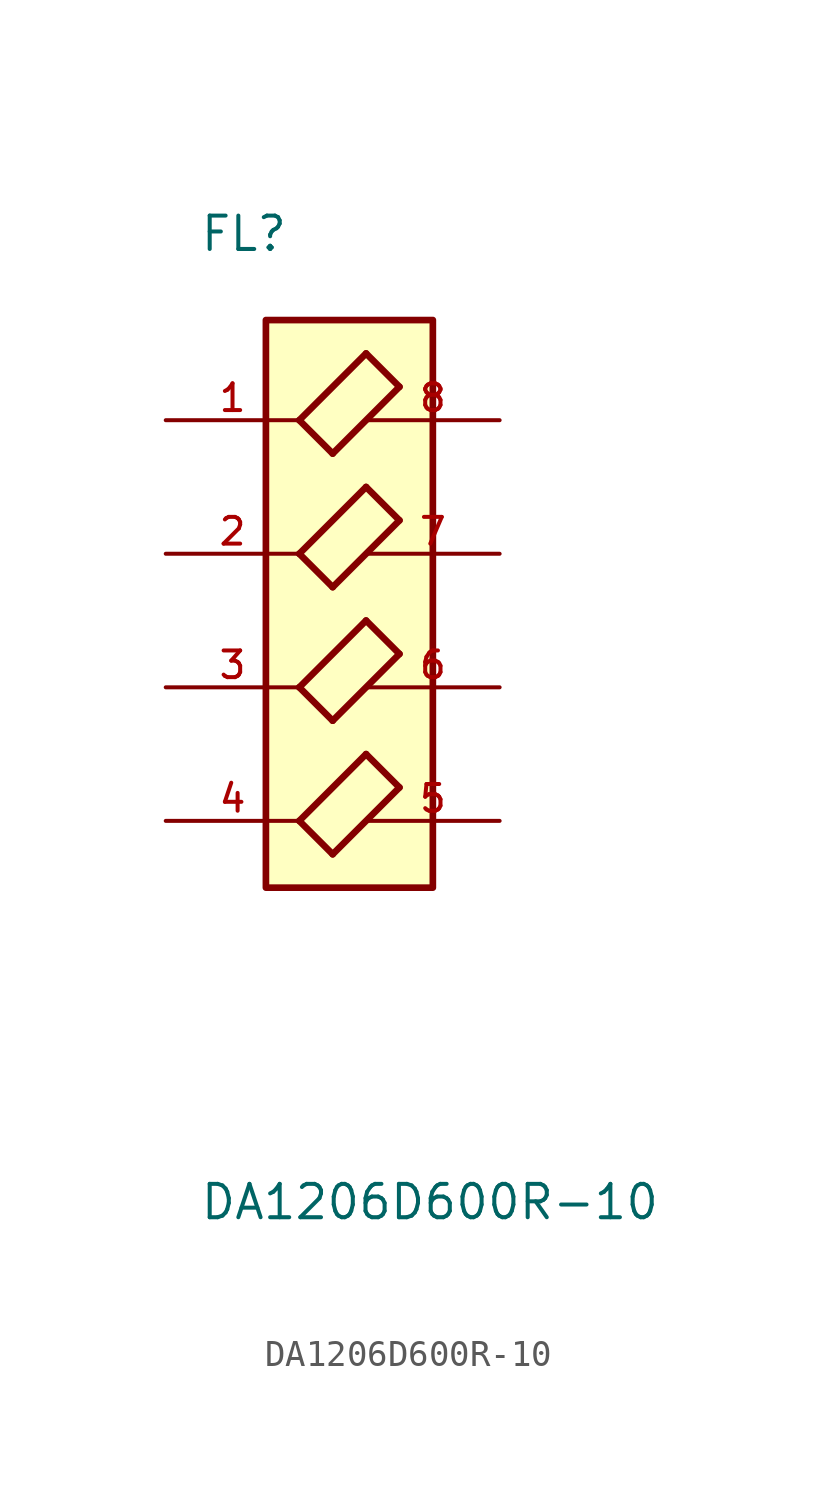
<source format=kicad_sym>
(kicad_symbol_lib
  (version 20241209)
  (generator "kicad_symbol_editor")
  (generator_version "9.0")
  (symbol "DA1206D600R-10"
    (pin_names
      (offset 1.016))
    (property "Reference" "FL"
      (at -5.08 16.51 0)
      (effects (font (size 1.27 1.27)) (justify left bottom)))
    (property "Value" "DA1206D600R-10"
      (at -5.08 -20.32 0)
      (effects (font (size 1.27 1.27)) (justify left bottom)))
    (symbol "DA1206D600R-10_0_0"
      (rectangle (start -2.54 13.97) (end 3.81 -7.62) (stroke (width 0.254) (type default)) (fill (type background)))
      (polyline (pts (xy -1.27 10.16) (xy 0 8.89)) (stroke (width 0.254) (type default)) (fill (type none)))
      (polyline (pts (xy -1.27 5.08) (xy 0 3.81)) (stroke (width 0.254) (type default)) (fill (type none)))
      (polyline (pts (xy -1.27 0) (xy 0 -1.27)) (stroke (width 0.254) (type default)) (fill (type none)))
      (polyline (pts (xy -1.27 -5.08) (xy 0 -6.35)) (stroke (width 0.254) (type default)) (fill (type none)))
      (polyline (pts (xy 0 8.89) (xy 2.54 11.43)) (stroke (width 0.254) (type default)) (fill (type none)))
      (polyline (pts (xy 0 3.81) (xy 2.54 6.35)) (stroke (width 0.254) (type default)) (fill (type none)))
      (polyline (pts (xy 0 -1.27) (xy 2.54 1.27)) (stroke (width 0.254) (type default)) (fill (type none)))
      (polyline (pts (xy 0 -6.35) (xy 2.54 -3.81)) (stroke (width 0.254) (type default)) (fill (type none)))
      (polyline (pts (xy 1.27 12.7) (xy -1.27 10.16)) (stroke (width 0.254) (type default)) (fill (type none)))
      (polyline (pts (xy 1.27 7.62) (xy -1.27 5.08)) (stroke (width 0.254) (type default)) (fill (type none)))
      (polyline (pts (xy 1.27 2.54) (xy -1.27 0)) (stroke (width 0.254) (type default)) (fill (type none)))
      (polyline (pts (xy 1.27 -2.54) (xy -1.27 -5.08)) (stroke (width 0.254) (type default)) (fill (type none)))
      (polyline (pts (xy 2.54 11.43) (xy 1.27 12.7)) (stroke (width 0.254) (type default)) (fill (type none)))
      (polyline (pts (xy 2.54 6.35) (xy 1.27 7.62)) (stroke (width 0.254) (type default)) (fill (type none)))
      (polyline (pts (xy 2.54 1.27) (xy 1.27 2.54)) (stroke (width 0.254) (type default)) (fill (type none)))
      (polyline (pts (xy 2.54 -3.81) (xy 1.27 -2.54)) (stroke (width 0.254) (type default)) (fill (type none)))
      (pin passive line (at -6.35 10.16 0) (length 5.08) (name "~" (effects (font (size 1.016 1.016)))) (number "1" (effects (font (size 1.016 1.016)))))
      (pin passive line (at -6.35 5.08 0) (length 5.08) (name "~" (effects (font (size 1.016 1.016)))) (number "2" (effects (font (size 1.016 1.016)))))
      (pin passive line (at -6.35 0 0) (length 5.08) (name "~" (effects (font (size 1.016 1.016)))) (number "3" (effects (font (size 1.016 1.016)))))
      (pin passive line (at -6.35 -5.08 0) (length 5.08) (name "~" (effects (font (size 1.016 1.016)))) (number "4" (effects (font (size 1.016 1.016)))))
      (pin passive line (at 6.35 10.16 180) (length 5.08) (name "~" (effects (font (size 1.016 1.016)))) (number "8" (effects (font (size 1.016 1.016)))))
      (pin passive line (at 6.35 5.08 180) (length 5.08) (name "~" (effects (font (size 1.016 1.016)))) (number "7" (effects (font (size 1.016 1.016)))))
      (pin passive line (at 6.35 0 180) (length 5.08) (name "~" (effects (font (size 1.016 1.016)))) (number "6" (effects (font (size 1.016 1.016)))))
      (pin passive line (at 6.35 -5.08 180) (length 5.08) (name "~" (effects (font (size 1.016 1.016)))) (number "5" (effects (font (size 1.016 1.016))))))))
</source>
